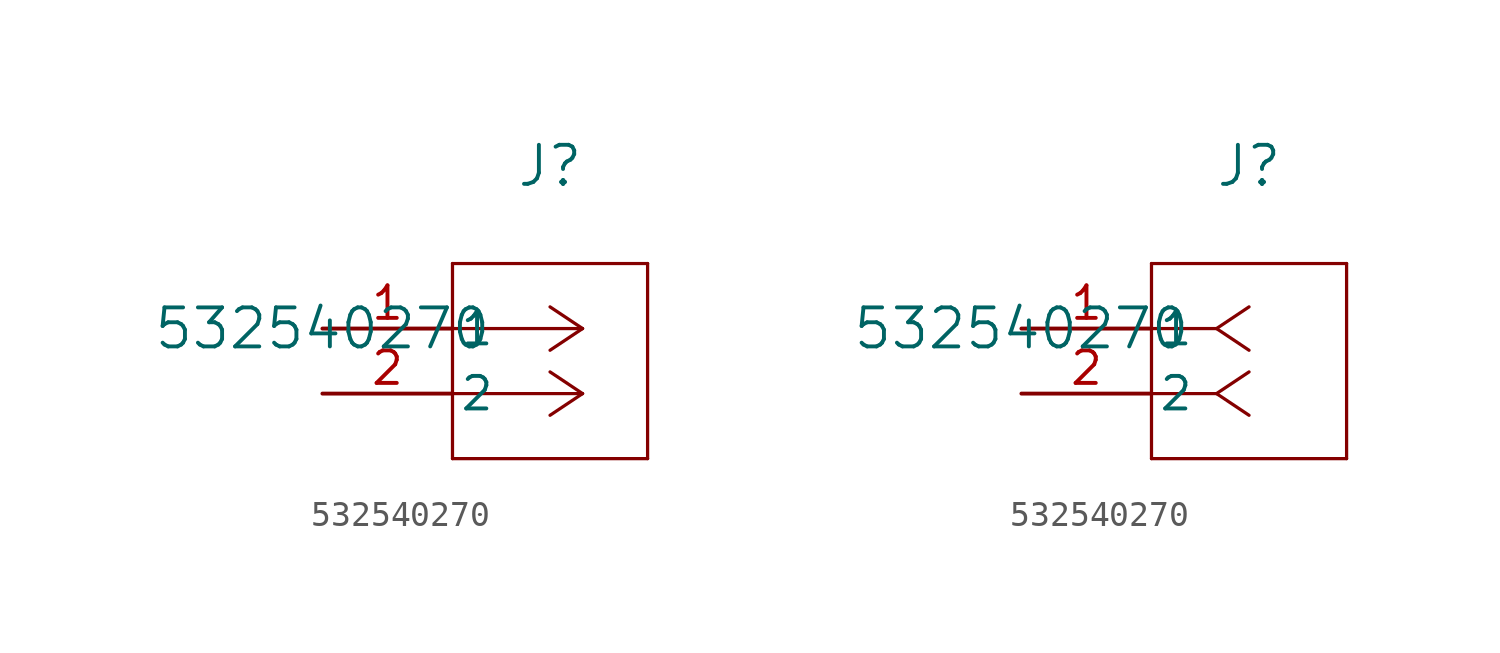
<source format=kicad_sym>
(kicad_symbol_lib
  (version 20211014)
  (generator kicad_symbol_editor)
  (symbol "532540270"
    (pin_names
      (offset 0.254))
    (property "Reference" "J"
      (at 8.89 6.35 0)
      (effects (font (size 1.524 1.524))))
    (property "Value" "532540270"
      (at 0 0 0)
      (effects (font (size 1.524 1.524))))
    (symbol "532540270_1_1"
      (polyline (pts (xy 10.16 0) (xy 5.08 0)) (stroke (width 0.127) (type default) (color 0 0 0 0)) (fill (type none)))
      (polyline (pts (xy 10.16 -2.54) (xy 5.08 -2.54)) (stroke (width 0.127) (type default) (color 0 0 0 0)) (fill (type none)))
      (polyline (pts (xy 10.16 0) (xy 8.89 0.847)) (stroke (width 0.127) (type default) (color 0 0 0 0)) (fill (type none)))
      (polyline (pts (xy 10.16 -2.54) (xy 8.89 -1.693)) (stroke (width 0.127) (type default) (color 0 0 0 0)) (fill (type none)))
      (polyline (pts (xy 10.16 0) (xy 8.89 -0.847)) (stroke (width 0.127) (type default) (color 0 0 0 0)) (fill (type none)))
      (polyline (pts (xy 10.16 -2.54) (xy 8.89 -3.387)) (stroke (width 0.127) (type default) (color 0 0 0 0)) (fill (type none)))
      (polyline (pts (xy 5.08 2.54) (xy 5.08 -5.08)) (stroke (width 0.127) (type default) (color 0 0 0 0)) (fill (type none)))
      (polyline (pts (xy 5.08 -5.08) (xy 12.7 -5.08)) (stroke (width 0.127) (type default) (color 0 0 0 0)) (fill (type none)))
      (polyline (pts (xy 12.7 -5.08) (xy 12.7 2.54)) (stroke (width 0.127) (type default) (color 0 0 0 0)) (fill (type none)))
      (polyline (pts (xy 12.7 2.54) (xy 5.08 2.54)) (stroke (width 0.127) (type default) (color 0 0 0 0)) (fill (type none)))
      (pin unspecified line (at 0 0 0) (length 5.08) (name "1" (effects (font (size 1.27 1.27)))) (number "1" (effects (font (size 1.27 1.27)))))
      (pin unspecified line (at 0 -2.54 0) (length 5.08) (name "2" (effects (font (size 1.27 1.27)))) (number "2" (effects (font (size 1.27 1.27))))))
    (symbol "532540270_1_2"
      (polyline (pts (xy 7.62 0) (xy 5.08 0)) (stroke (width 0.127) (type default) (color 0 0 0 0)) (fill (type none)))
      (polyline (pts (xy 7.62 -2.54) (xy 5.08 -2.54)) (stroke (width 0.127) (type default) (color 0 0 0 0)) (fill (type none)))
      (polyline (pts (xy 7.62 0) (xy 8.89 0.847)) (stroke (width 0.127) (type default) (color 0 0 0 0)) (fill (type none)))
      (polyline (pts (xy 7.62 -2.54) (xy 8.89 -1.693)) (stroke (width 0.127) (type default) (color 0 0 0 0)) (fill (type none)))
      (polyline (pts (xy 7.62 0) (xy 8.89 -0.847)) (stroke (width 0.127) (type default) (color 0 0 0 0)) (fill (type none)))
      (polyline (pts (xy 7.62 -2.54) (xy 8.89 -3.387)) (stroke (width 0.127) (type default) (color 0 0 0 0)) (fill (type none)))
      (polyline (pts (xy 5.08 2.54) (xy 5.08 -5.08)) (stroke (width 0.127) (type default) (color 0 0 0 0)) (fill (type none)))
      (polyline (pts (xy 5.08 -5.08) (xy 12.7 -5.08)) (stroke (width 0.127) (type default) (color 0 0 0 0)) (fill (type none)))
      (polyline (pts (xy 12.7 -5.08) (xy 12.7 2.54)) (stroke (width 0.127) (type default) (color 0 0 0 0)) (fill (type none)))
      (polyline (pts (xy 12.7 2.54) (xy 5.08 2.54)) (stroke (width 0.127) (type default) (color 0 0 0 0)) (fill (type none)))
      (pin unspecified line (at 0 0 0) (length 5.08) (name "1" (effects (font (size 1.27 1.27)))) (number "1" (effects (font (size 1.27 1.27)))))
      (pin unspecified line (at 0 -2.54 0) (length 5.08) (name "2" (effects (font (size 1.27 1.27)))) (number "2" (effects (font (size 1.27 1.27))))))))
</source>
